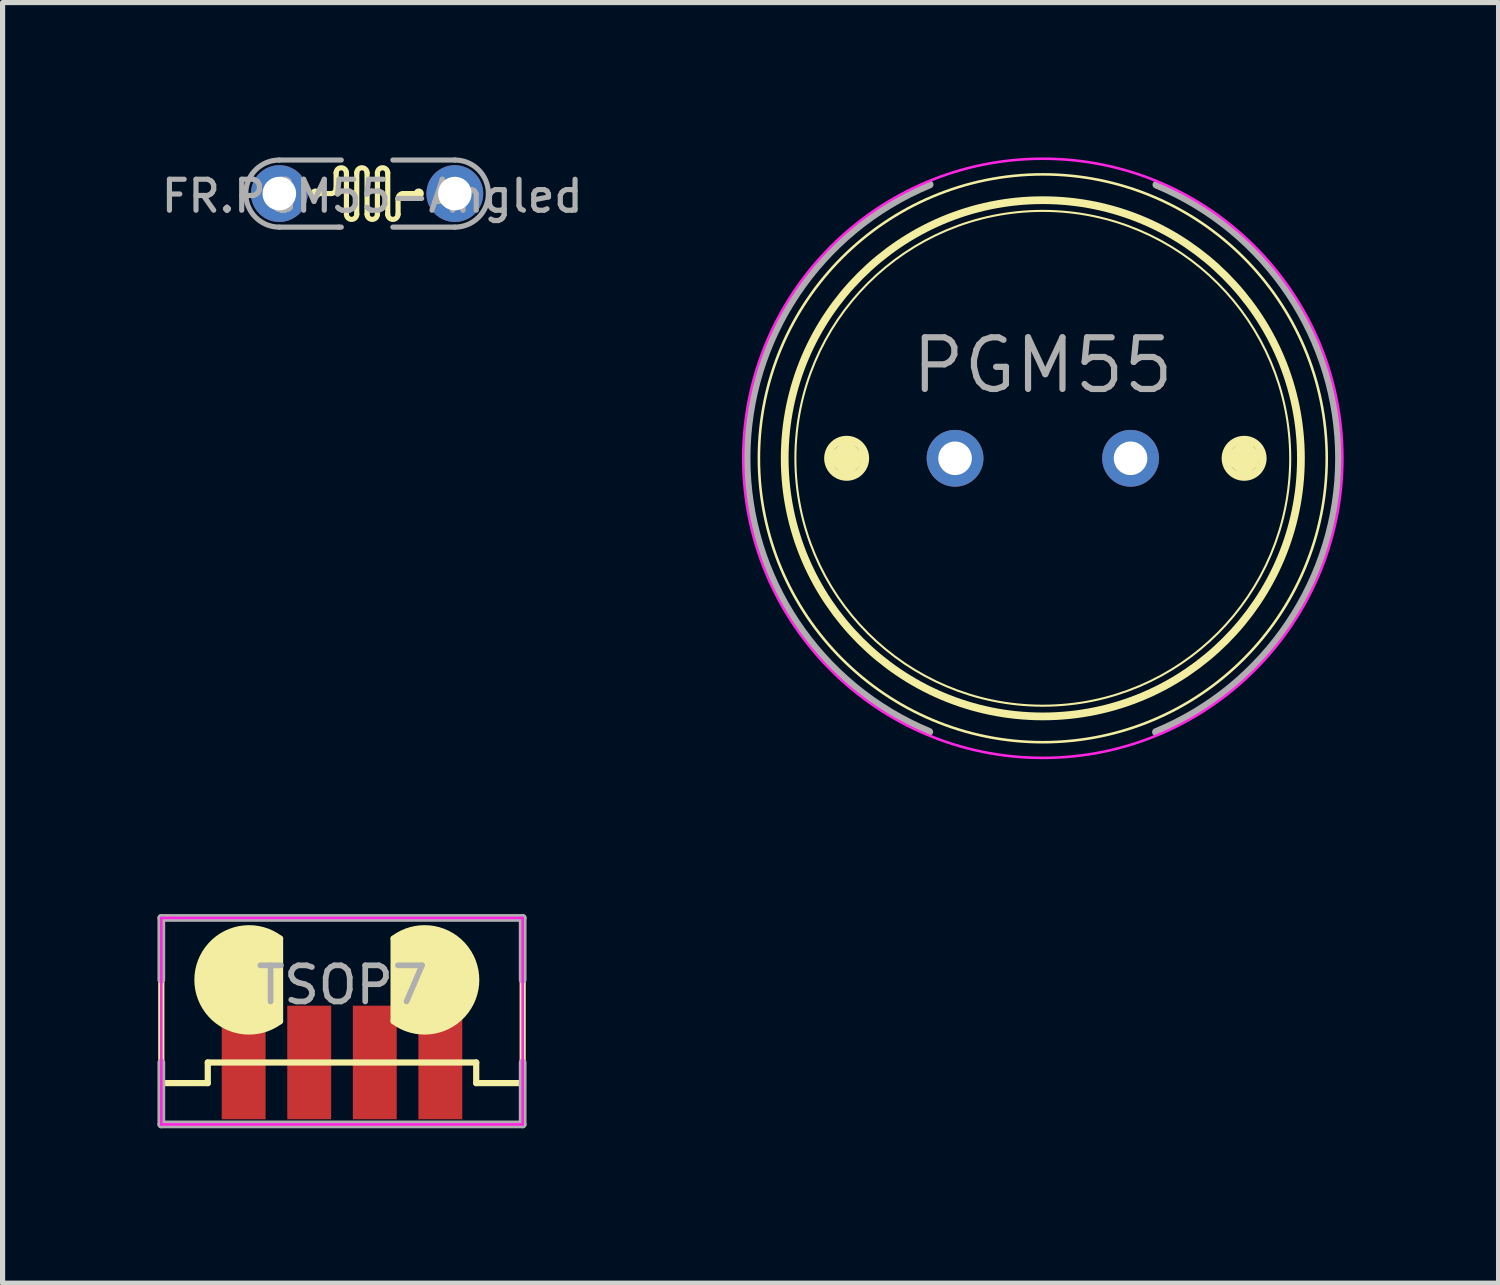
<source format=kicad_pcb>
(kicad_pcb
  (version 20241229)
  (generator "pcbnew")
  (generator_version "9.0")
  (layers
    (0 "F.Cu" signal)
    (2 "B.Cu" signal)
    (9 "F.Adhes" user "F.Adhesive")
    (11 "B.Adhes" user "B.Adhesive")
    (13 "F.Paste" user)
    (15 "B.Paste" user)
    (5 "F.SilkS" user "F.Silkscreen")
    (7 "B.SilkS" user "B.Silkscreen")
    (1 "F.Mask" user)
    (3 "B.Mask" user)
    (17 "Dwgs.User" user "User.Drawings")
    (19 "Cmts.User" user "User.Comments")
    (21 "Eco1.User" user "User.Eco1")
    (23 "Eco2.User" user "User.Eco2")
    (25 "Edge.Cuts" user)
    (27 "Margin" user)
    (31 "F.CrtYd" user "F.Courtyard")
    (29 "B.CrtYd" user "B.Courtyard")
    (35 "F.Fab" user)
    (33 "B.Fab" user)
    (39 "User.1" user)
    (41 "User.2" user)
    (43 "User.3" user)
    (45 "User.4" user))
  (footprint "TSOP7"
    (layer "F.Cu")
    (at 3.575 17.732)
    (property "Reference" "TSOP7" (at 0 -1.7 0) (layer "F.Fab") (effects (font (size 0.7 0.7) (thickness 0.11))))
    (attr through_hole)
    (fp_line (start -3.5 -3) (end -3.5 0.2) (stroke (width 0.12) (type solid)) (layer "F.SilkS"))
    (fp_line (start -3.5 -3) (end 3.5 -3) (stroke (width 0.12) (type solid)) (layer "F.SilkS"))
    (fp_line (start -2.6 -0.2) (end 2.6 -0.2) (stroke (width 0.12) (type solid)) (layer "F.SilkS"))
    (fp_line (start -2.6 0.2) (end -3.5 0.2) (stroke (width 0.12) (type solid)) (layer "F.SilkS"))
    (fp_line (start -2.6 0.2) (end -2.6 -0.2) (stroke (width 0.12) (type solid)) (layer "F.SilkS"))
    (fp_line (start -1.2 -1) (end -1.2 -2.6) (stroke (width 0.12) (type solid)) (layer "F.SilkS"))
    (fp_line (start 1 -2.6) (end 1 -1) (stroke (width 0.12) (type solid)) (layer "F.SilkS"))
    (fp_line (start 2.6 0.2) (end 2.6 -0.2) (stroke (width 0.12) (type solid)) (layer "F.SilkS"))
    (fp_line (start 3.5 -3) (end 3.5 0.2) (stroke (width 0.12) (type solid)) (layer "F.SilkS"))
    (fp_line (start 3.5 0.2) (end 2.6 0.2) (stroke (width 0.12) (type solid)) (layer "F.SilkS"))
    (fp_arc (start -1.200002 -1.000002) (mid -2.799997 -1.8) (end -1.200002 -2.599998) (stroke (width 0.12) (type solid)) (layer "F.SilkS"))
    (fp_arc (start 1.000002 -2.599998) (mid 2.599997 -1.8) (end 1.000002 -1.000002) (stroke (width 0.12) (type solid)) (layer "F.SilkS"))
    (fp_poly (pts (xy -1.2 -2.6) (xy -1.2 -1) (xy -1.6 -0.8) (xy -2 -0.8) (xy -2.6 -1.2) (xy -2.8 -1.8) (xy -2.6 -2.4) (xy -2 -2.8) (xy -1.6 -2.8)) (stroke (width 0.05) (type solid)) (fill yes) (layer "F.SilkS"))
    (fp_poly (pts (xy 1 -1) (xy 1 -2.6) (xy 1.4 -2.8) (xy 1.8 -2.8) (xy 2.4 -2.4) (xy 2.6 -1.8) (xy 2.4 -1.2) (xy 1.8 -0.8) (xy 1.4 -0.8)) (stroke (width 0.05) (type solid)) (fill yes) (layer "F.SilkS"))
    (fp_line (start -3.5 -3) (end -3.5 1) (stroke (width 0.05) (type solid)) (layer "F.CrtYd"))
    (fp_line (start -3.5 -3) (end 3.5 -3) (stroke (width 0.05) (type solid)) (layer "F.CrtYd"))
    (fp_line (start -3.5 1) (end 3.5 1) (stroke (width 0.05) (type solid)) (layer "F.CrtYd"))
    (fp_line (start 3.5 -3) (end 3.5 1) (stroke (width 0.05) (type solid)) (layer "F.CrtYd"))
    (fp_line (start -3.5 -3) (end 3.5 -3) (stroke (width 0.15) (type solid)) (layer "F.Fab"))
    (fp_line (start -3.5 -1.8) (end -3.5 -3) (stroke (width 0.15) (type solid)) (layer "F.Fab"))
    (fp_line (start -3.5 -0.2) (end -3.5 1) (stroke (width 0.15) (type solid)) (layer "F.Fab"))
    (fp_line (start -3.5 1) (end 3.5 1) (stroke (width 0.15) (type solid)) (layer "F.Fab"))
    (fp_line (start 3.5 -1.8) (end 3.5 -3) (stroke (width 0.15) (type solid)) (layer "F.Fab"))
    (fp_line (start 3.5 1) (end 3.5 -0.2) (stroke (width 0.15) (type solid)) (layer "F.Fab"))
    (pad "1" smd rect (at -1.905 -0.2) (size 0.85 2.2) (layers "F.Cu" "F.Mask" "F.Paste"))
    (pad "1" smd rect (at 1.905 -0.2) (size 0.85 2.2) (layers "F.Cu" "F.Mask" "F.Paste"))
    (pad "2" smd rect (at -0.635 -0.2) (size 0.85 2.2) (layers "F.Cu" "F.Mask" "F.Paste"))
    (pad "3" smd rect (at 0.635 -0.2) (size 0.85 2.2) (layers "F.Cu" "F.Mask" "F.Paste")))
  (footprint "FR.PGM55-Angled"
    (layer "F.Cu")
    (at 4.061 0.7)
    (property "Reference" "FR.PGM55-Angled" (at 0.1 0.05 0) (layer "F.Fab") (effects (font (size 0.6 0.6) (thickness 0.1))))
    (attr through_hole)
    (fp_line (start -1 0) (end -0.7 0) (stroke (width 0.1) (type solid)) (layer "F.SilkS"))
    (fp_line (start -0.6 -0.4) (end -0.6 -0.1) (stroke (width 0.1) (type solid)) (layer "F.SilkS"))
    (fp_line (start -0.4 -0.4) (end -0.4 0.4) (stroke (width 0.1) (type solid)) (layer "F.SilkS"))
    (fp_line (start -0.2 -0.4) (end -0.2 0.4) (stroke (width 0.1) (type solid)) (layer "F.SilkS"))
    (fp_line (start 0 -0.4) (end 0 0.4) (stroke (width 0.1) (type solid)) (layer "F.SilkS"))
    (fp_line (start 0.2 -0.4) (end 0.2 0.4) (stroke (width 0.1) (type solid)) (layer "F.SilkS"))
    (fp_line (start 0.4 -0.4) (end 0.4 0.4) (stroke (width 0.1) (type solid)) (layer "F.SilkS"))
    (fp_line (start 0.6 0.1) (end 0.6 0.4) (stroke (width 0.1) (type solid)) (layer "F.SilkS"))
    (fp_line (start 0.7 0) (end 1 0) (stroke (width 0.1) (type solid)) (layer "F.SilkS"))
    (fp_arc (start -0.6 -0.4) (mid -0.5 -0.5) (end -0.4 -0.4) (stroke (width 0.1) (type solid)) (layer "F.SilkS"))
    (fp_arc (start -0.6 -0.1) (mid -0.629289 -0.029289) (end -0.7 0) (stroke (width 0.1) (type solid)) (layer "F.SilkS"))
    (fp_arc (start -0.2 -0.4) (mid -0.1 -0.5) (end 0 -0.4) (stroke (width 0.1) (type solid)) (layer "F.SilkS"))
    (fp_arc (start -0.2 0.4) (mid -0.3 0.5) (end -0.4 0.4) (stroke (width 0.1) (type solid)) (layer "F.SilkS"))
    (fp_arc (start 0.2 -0.4) (mid 0.3 -0.5) (end 0.4 -0.4) (stroke (width 0.1) (type solid)) (layer "F.SilkS"))
    (fp_arc (start 0.2 0.4) (mid 0.1 0.5) (end 0 0.4) (stroke (width 0.1) (type solid)) (layer "F.SilkS"))
    (fp_arc (start 0.6 0.1) (mid 0.629289 0.029289) (end 0.7 0) (stroke (width 0.1) (type solid)) (layer "F.SilkS"))
    (fp_arc (start 0.6 0.4) (mid 0.5 0.5) (end 0.4 0.4) (stroke (width 0.1) (type solid)) (layer "F.SilkS"))
    (fp_circle (center -1 0) (end -1 0.05) (stroke (width 0.1) (type solid)) (fill no) (layer "F.SilkS"))
    (fp_circle (center 1 0) (end 1 0.05) (stroke (width 0.1) (type solid)) (fill no) (layer "F.SilkS"))
    (fp_line (start -1.7 -0.65) (end -0.5 -0.65) (stroke (width 0.1) (type solid)) (layer "F.Fab"))
    (fp_line (start -1.7 0.65) (end -0.55 0.65) (stroke (width 0.1) (type solid)) (layer "F.Fab"))
    (fp_line (start -0.5 0.65) (end -0.55 0.65) (stroke (width 0.1) (type solid)) (layer "F.Fab"))
    (fp_line (start 0.5 -0.65) (end 1.7 -0.65) (stroke (width 0.1) (type solid)) (layer "F.Fab"))
    (fp_line (start 1.7 0.65) (end 0.5 0.65) (stroke (width 0.1) (type solid)) (layer "F.Fab"))
    (fp_arc (start -1.7 0.65) (mid -2.35 0) (end -1.7 -0.65) (stroke (width 0.1) (type solid)) (layer "F.Fab"))
    (fp_arc (start 1.7 -0.65) (mid 2.35 0) (end 1.7 0.65) (stroke (width 0.1) (type solid)) (layer "F.Fab"))
    (pad "1" thru_hole circle (at -1.7 0) (size 1.1 1.1) (drill 0.65) (layers "*.Cu" "*.Mask"))
    (pad "2" thru_hole circle (at 1.7 0) (size 1.1 1.1) (drill 0.65) (layers "*.Cu" "*.Mask")))
  (footprint "PGM55"
    (layer "F.Cu")
    (at 17.151 5.828)
    (property "Reference" "PGM55" (at 0 -1.8 0) (layer "F.Fab") (effects (font (size 1 1) (thickness 0.12))))
    (attr through_hole)
    (fp_line (start -4.1 0) (end -3.8 0.3) (stroke (width 0.15) (type solid)) (layer "F.SilkS"))
    (fp_line (start -4.1 0) (end -3.5 0) (stroke (width 0.15) (type solid)) (layer "F.SilkS"))
    (fp_line (start -3.9 -0.1) (end -3.7 -0.1) (stroke (width 0.15) (type solid)) (layer "F.SilkS"))
    (fp_line (start -3.8 -0.3) (end -4.1 0) (stroke (width 0.15) (type solid)) (layer "F.SilkS"))
    (fp_line (start -3.8 0.2) (end -3.8 -0.2) (stroke (width 0.15) (type solid)) (layer "F.SilkS"))
    (fp_line (start -3.8 0.3) (end -3.6 0.1) (stroke (width 0.15) (type solid)) (layer "F.SilkS"))
    (fp_line (start -3.6 0.1) (end -3.9 0.1) (stroke (width 0.15) (type solid)) (layer "F.SilkS"))
    (fp_line (start -3.5 0) (end -3.8 -0.3) (stroke (width 0.15) (type solid)) (layer "F.SilkS"))
    (fp_line (start 3.6 0) (end 3.9 0.3) (stroke (width 0.15) (type solid)) (layer "F.SilkS"))
    (fp_line (start 3.6 0) (end 4.2 0) (stroke (width 0.15) (type solid)) (layer "F.SilkS"))
    (fp_line (start 3.8 -0.1) (end 4 -0.1) (stroke (width 0.15) (type solid)) (layer "F.SilkS"))
    (fp_line (start 3.9 -0.3) (end 3.6 0) (stroke (width 0.15) (type solid)) (layer "F.SilkS"))
    (fp_line (start 3.9 0.2) (end 3.9 -0.2) (stroke (width 0.15) (type solid)) (layer "F.SilkS"))
    (fp_line (start 3.9 0.3) (end 4.1 0.1) (stroke (width 0.15) (type solid)) (layer "F.SilkS"))
    (fp_line (start 4.1 0.1) (end 3.8 0.1) (stroke (width 0.15) (type solid)) (layer "F.SilkS"))
    (fp_line (start 4.2 0) (end 3.9 -0.3) (stroke (width 0.15) (type solid)) (layer "F.SilkS"))
    (fp_circle (center -3.8 0) (end -3.6 0.3) (stroke (width 0.15) (type solid)) (fill no) (layer "F.SilkS"))
    (fp_circle (center 0 0) (end 1.9 4.4) (stroke (width 0.04) (type solid)) (fill no) (layer "F.SilkS"))
    (fp_circle (center 0 0) (end 5 0) (stroke (width 0.15) (type solid)) (fill no) (layer "F.SilkS"))
    (fp_circle (center 0 0) (end 5.5 0) (stroke (width 0.05) (type solid)) (fill no) (layer "F.SilkS"))
    (fp_circle (center 3.9 0) (end 4.1 0.3) (stroke (width 0.15) (type solid)) (fill no) (layer "F.SilkS"))
    (fp_circle (center 0 0) (end 0.2 5.8) (stroke (width 0.05) (type solid)) (fill no) (layer "F.CrtYd"))
    (fp_arc (start -2.2 5.3) (mid -5.738465 -0.004313) (end -2.192031 -5.303301) (stroke (width 0.15) (type solid)) (layer "F.Fab"))
    (fp_arc (start 2.2 -5.3) (mid 5.738465 0.004313) (end 2.192031 5.303301) (stroke (width 0.15) (type solid)) (layer "F.Fab"))
    (pad "1" thru_hole circle (at -1.7 0) (size 1.1 1.1) (drill 0.65) (layers "*.Cu" "*.Mask"))
    (pad "2" thru_hole circle (at 1.7 0) (size 1.1 1.1) (drill 0.65) (layers "*.Cu" "*.Mask")))
  (gr_rect
    (start -3 -3)
    (end 25.98 21.807)
    (stroke (width 0.1) (type default))
    (fill no)
    (layer "Edge.Cuts")))
</source>
